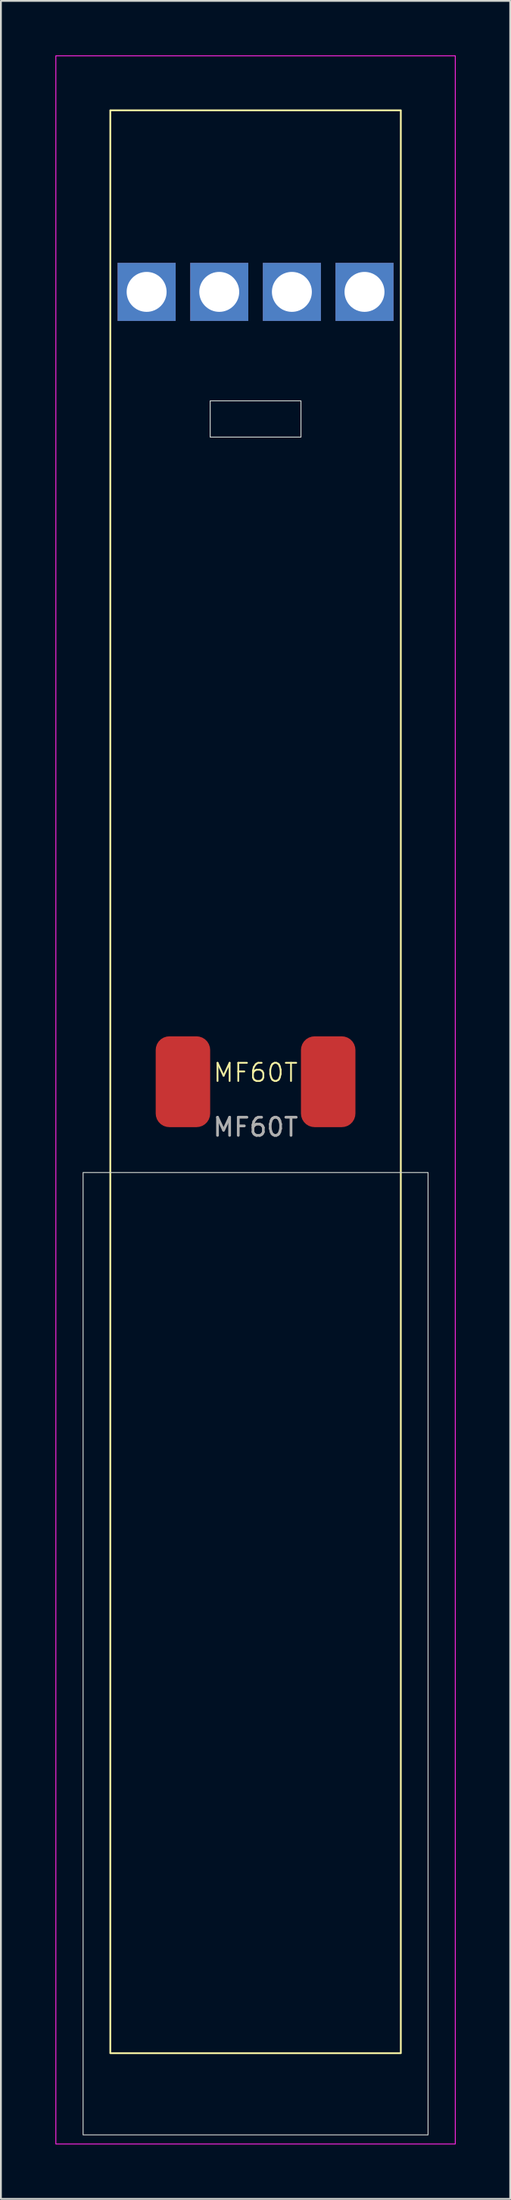
<source format=kicad_pcb>
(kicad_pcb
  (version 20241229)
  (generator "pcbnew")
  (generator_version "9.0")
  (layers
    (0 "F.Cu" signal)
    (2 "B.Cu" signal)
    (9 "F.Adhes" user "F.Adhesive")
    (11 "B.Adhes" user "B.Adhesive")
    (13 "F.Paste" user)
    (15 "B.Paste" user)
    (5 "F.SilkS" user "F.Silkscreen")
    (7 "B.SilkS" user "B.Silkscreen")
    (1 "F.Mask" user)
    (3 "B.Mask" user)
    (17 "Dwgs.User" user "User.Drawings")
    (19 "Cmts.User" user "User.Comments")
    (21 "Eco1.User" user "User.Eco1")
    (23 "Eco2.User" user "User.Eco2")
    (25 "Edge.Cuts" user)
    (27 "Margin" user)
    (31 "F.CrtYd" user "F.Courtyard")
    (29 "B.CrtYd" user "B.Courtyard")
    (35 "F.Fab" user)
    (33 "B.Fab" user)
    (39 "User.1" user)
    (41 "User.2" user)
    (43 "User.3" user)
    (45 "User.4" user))
  (footprint "MF60T"
    (layer "F.Cu")
    (at 11.025 56.525)
    (property "Reference" "MF60T" (at 0 -0.5 0) (unlocked yes) (layer "F.SilkS") (effects (font (size 1 1) (thickness 0.1))))
    (attr through_hole)
    (fp_rect (start -8 -53.5) (end 8 53.5) (stroke (width 0.1) (type default)) (fill no) (layer "F.SilkS"))
    (fp_rect (start -9.5 5) (end 9.5 58) (stroke (width 0.05) (type default)) (fill no) (layer "Edge.Cuts"))
    (fp_rect (start -2.5 -37.5) (end 2.5 -35.5) (stroke (width 0.05) (type default)) (fill no) (layer "Edge.Cuts"))
    (fp_rect (start -11 -56.5) (end 11 58.5) (stroke (width 0.05) (type default)) (fill no) (layer "F.CrtYd"))
    (fp_text user "${REFERENCE}" (at 0 2.5 0) (unlocked yes) (layer "F.Fab") (effects (font (size 1 1) (thickness 0.15))))
    (pad "1" thru_hole rect (at -6 -43.5) (size 3.2 3.2) (drill 2.2) (layers "*.Cu" "*.Mask"))
    (pad "2" thru_hole rect (at -2 -43.5) (size 3.2 3.2) (drill 2.2) (layers "*.Cu" "*.Mask"))
    (pad "3" thru_hole rect (at 2 -43.5) (size 3.2 3.2) (drill 2.2) (layers "*.Cu" "*.Mask"))
    (pad "4" thru_hole rect (at 6 -43.5) (size 3.2 3.2) (drill 2.2) (layers "*.Cu" "*.Mask"))
    (pad "5" smd roundrect (at -4 0) (size 3 5) (layers "F.Cu" "F.Mask" "F.Paste") (roundrect_rratio 0.25))
    (pad "6" smd roundrect (at 4 0) (size 3 5) (layers "F.Cu" "F.Mask" "F.Paste") (roundrect_rratio 0.25)))
  (gr_rect
    (start -3 -3)
    (end 25.05 118.05)
    (stroke (width 0.1) (type default))
    (fill no)
    (layer "Edge.Cuts")))
</source>
